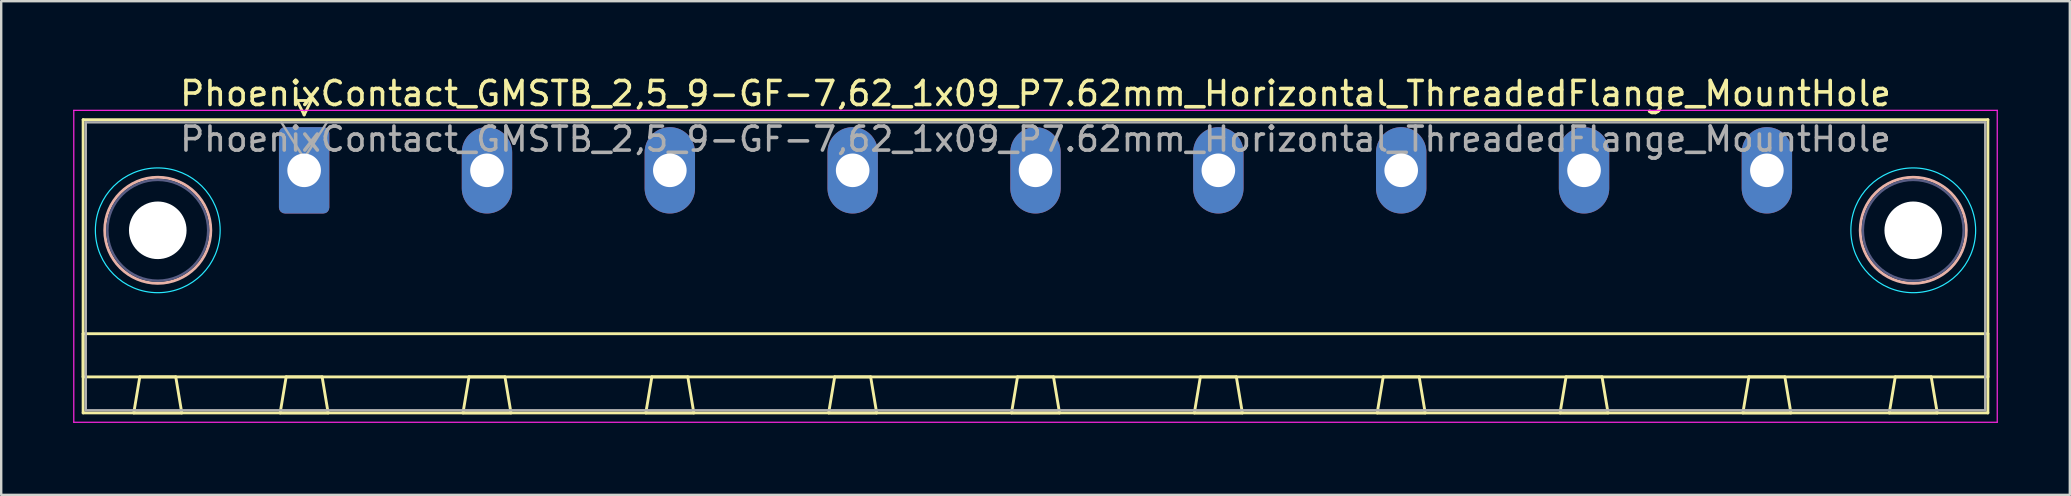
<source format=kicad_pcb>
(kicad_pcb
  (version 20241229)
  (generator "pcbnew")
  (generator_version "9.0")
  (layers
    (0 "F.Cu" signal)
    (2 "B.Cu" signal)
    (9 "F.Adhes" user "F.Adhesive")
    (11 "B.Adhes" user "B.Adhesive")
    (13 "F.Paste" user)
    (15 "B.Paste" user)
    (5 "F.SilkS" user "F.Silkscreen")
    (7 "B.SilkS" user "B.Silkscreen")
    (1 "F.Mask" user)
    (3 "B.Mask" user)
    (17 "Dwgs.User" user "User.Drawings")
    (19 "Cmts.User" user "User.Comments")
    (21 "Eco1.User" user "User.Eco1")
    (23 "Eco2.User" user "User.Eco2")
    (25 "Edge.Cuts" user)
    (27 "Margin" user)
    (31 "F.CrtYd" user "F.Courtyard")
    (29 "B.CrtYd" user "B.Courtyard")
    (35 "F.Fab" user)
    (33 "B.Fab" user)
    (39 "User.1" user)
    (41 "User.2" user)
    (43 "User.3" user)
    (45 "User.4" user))
  (footprint "PhoenixContact_GMSTB_2,5_9-GF-7,62_1x09_P7.62mm_Horizontal_ThreadedFlange_MountHole"
    (layer "F.Cu")
    (at 9.625 4.048)
    (property "Reference" "PhoenixContact_GMSTB_2,5_9-GF-7,62_1x09_P7.62mm_Horizontal_ThreadedFlange_MountHole" (at 30.48 -3.2 0) (layer "F.SilkS") (effects (font (size 1 1) (thickness 0.15))))
    (attr through_hole)
    (fp_line (start -9.21 -2.11) (end -9.21 10.11) (stroke (width 0.12) (type solid)) (layer "F.SilkS"))
    (fp_line (start -9.21 6.81) (end 70.17 6.81) (stroke (width 0.12) (type solid)) (layer "F.SilkS"))
    (fp_line (start -9.21 8.61) (end -9.21 6.81) (stroke (width 0.12) (type solid)) (layer "F.SilkS"))
    (fp_line (start -9.21 10.11) (end 70.17 10.11) (stroke (width 0.12) (type solid)) (layer "F.SilkS"))
    (fp_line (start -7.1 10.11) (end -5.1 10.11) (stroke (width 0.12) (type solid)) (layer "F.SilkS"))
    (fp_line (start -6.85 8.61) (end -7.1 10.11) (stroke (width 0.12) (type solid)) (layer "F.SilkS"))
    (fp_line (start -5.35 8.61) (end -6.85 8.61) (stroke (width 0.12) (type solid)) (layer "F.SilkS"))
    (fp_line (start -5.1 10.11) (end -5.35 8.61) (stroke (width 0.12) (type solid)) (layer "F.SilkS"))
    (fp_line (start -1 10.11) (end 1 10.11) (stroke (width 0.12) (type solid)) (layer "F.SilkS"))
    (fp_line (start -0.75 8.61) (end -1 10.11) (stroke (width 0.12) (type solid)) (layer "F.SilkS"))
    (fp_line (start -0.3 -2.91) (end 0.3 -2.91) (stroke (width 0.12) (type solid)) (layer "F.SilkS"))
    (fp_line (start 0 -2.31) (end -0.3 -2.91) (stroke (width 0.12) (type solid)) (layer "F.SilkS"))
    (fp_line (start 0.3 -2.91) (end 0 -2.31) (stroke (width 0.12) (type solid)) (layer "F.SilkS"))
    (fp_line (start 0.75 8.61) (end -0.75 8.61) (stroke (width 0.12) (type solid)) (layer "F.SilkS"))
    (fp_line (start 1 10.11) (end 0.75 8.61) (stroke (width 0.12) (type solid)) (layer "F.SilkS"))
    (fp_line (start 6.62 10.11) (end 8.62 10.11) (stroke (width 0.12) (type solid)) (layer "F.SilkS"))
    (fp_line (start 6.87 8.61) (end 6.62 10.11) (stroke (width 0.12) (type solid)) (layer "F.SilkS"))
    (fp_line (start 8.37 8.61) (end 6.87 8.61) (stroke (width 0.12) (type solid)) (layer "F.SilkS"))
    (fp_line (start 8.62 10.11) (end 8.37 8.61) (stroke (width 0.12) (type solid)) (layer "F.SilkS"))
    (fp_line (start 14.24 10.11) (end 16.24 10.11) (stroke (width 0.12) (type solid)) (layer "F.SilkS"))
    (fp_line (start 14.49 8.61) (end 14.24 10.11) (stroke (width 0.12) (type solid)) (layer "F.SilkS"))
    (fp_line (start 15.99 8.61) (end 14.49 8.61) (stroke (width 0.12) (type solid)) (layer "F.SilkS"))
    (fp_line (start 16.24 10.11) (end 15.99 8.61) (stroke (width 0.12) (type solid)) (layer "F.SilkS"))
    (fp_line (start 21.86 10.11) (end 23.86 10.11) (stroke (width 0.12) (type solid)) (layer "F.SilkS"))
    (fp_line (start 22.11 8.61) (end 21.86 10.11) (stroke (width 0.12) (type solid)) (layer "F.SilkS"))
    (fp_line (start 23.61 8.61) (end 22.11 8.61) (stroke (width 0.12) (type solid)) (layer "F.SilkS"))
    (fp_line (start 23.86 10.11) (end 23.61 8.61) (stroke (width 0.12) (type solid)) (layer "F.SilkS"))
    (fp_line (start 29.48 10.11) (end 31.48 10.11) (stroke (width 0.12) (type solid)) (layer "F.SilkS"))
    (fp_line (start 29.73 8.61) (end 29.48 10.11) (stroke (width 0.12) (type solid)) (layer "F.SilkS"))
    (fp_line (start 31.23 8.61) (end 29.73 8.61) (stroke (width 0.12) (type solid)) (layer "F.SilkS"))
    (fp_line (start 31.48 10.11) (end 31.23 8.61) (stroke (width 0.12) (type solid)) (layer "F.SilkS"))
    (fp_line (start 37.1 10.11) (end 39.1 10.11) (stroke (width 0.12) (type solid)) (layer "F.SilkS"))
    (fp_line (start 37.35 8.61) (end 37.1 10.11) (stroke (width 0.12) (type solid)) (layer "F.SilkS"))
    (fp_line (start 38.85 8.61) (end 37.35 8.61) (stroke (width 0.12) (type solid)) (layer "F.SilkS"))
    (fp_line (start 39.1 10.11) (end 38.85 8.61) (stroke (width 0.12) (type solid)) (layer "F.SilkS"))
    (fp_line (start 44.72 10.11) (end 46.72 10.11) (stroke (width 0.12) (type solid)) (layer "F.SilkS"))
    (fp_line (start 44.97 8.61) (end 44.72 10.11) (stroke (width 0.12) (type solid)) (layer "F.SilkS"))
    (fp_line (start 46.47 8.61) (end 44.97 8.61) (stroke (width 0.12) (type solid)) (layer "F.SilkS"))
    (fp_line (start 46.72 10.11) (end 46.47 8.61) (stroke (width 0.12) (type solid)) (layer "F.SilkS"))
    (fp_line (start 52.34 10.11) (end 54.34 10.11) (stroke (width 0.12) (type solid)) (layer "F.SilkS"))
    (fp_line (start 52.59 8.61) (end 52.34 10.11) (stroke (width 0.12) (type solid)) (layer "F.SilkS"))
    (fp_line (start 54.09 8.61) (end 52.59 8.61) (stroke (width 0.12) (type solid)) (layer "F.SilkS"))
    (fp_line (start 54.34 10.11) (end 54.09 8.61) (stroke (width 0.12) (type solid)) (layer "F.SilkS"))
    (fp_line (start 59.96 10.11) (end 61.96 10.11) (stroke (width 0.12) (type solid)) (layer "F.SilkS"))
    (fp_line (start 60.21 8.61) (end 59.96 10.11) (stroke (width 0.12) (type solid)) (layer "F.SilkS"))
    (fp_line (start 61.71 8.61) (end 60.21 8.61) (stroke (width 0.12) (type solid)) (layer "F.SilkS"))
    (fp_line (start 61.96 10.11) (end 61.71 8.61) (stroke (width 0.12) (type solid)) (layer "F.SilkS"))
    (fp_line (start 66.06 10.11) (end 68.06 10.11) (stroke (width 0.12) (type solid)) (layer "F.SilkS"))
    (fp_line (start 66.31 8.61) (end 66.06 10.11) (stroke (width 0.12) (type solid)) (layer "F.SilkS"))
    (fp_line (start 67.81 8.61) (end 66.31 8.61) (stroke (width 0.12) (type solid)) (layer "F.SilkS"))
    (fp_line (start 68.06 10.11) (end 67.81 8.61) (stroke (width 0.12) (type solid)) (layer "F.SilkS"))
    (fp_line (start 70.17 -2.11) (end -9.21 -2.11) (stroke (width 0.12) (type solid)) (layer "F.SilkS"))
    (fp_line (start 70.17 6.81) (end 70.17 8.61) (stroke (width 0.12) (type solid)) (layer "F.SilkS"))
    (fp_line (start 70.17 8.61) (end -9.21 8.61) (stroke (width 0.12) (type solid)) (layer "F.SilkS"))
    (fp_line (start 70.17 10.11) (end 70.17 -2.11) (stroke (width 0.12) (type solid)) (layer "F.SilkS"))
    (fp_circle (center -6.1 2.5) (end -3.89 2.5) (stroke (width 0.12) (type solid)) (fill no) (layer "B.SilkS"))
    (fp_circle (center 67.06 2.5) (end 69.27 2.5) (stroke (width 0.12) (type solid)) (fill no) (layer "B.SilkS"))
    (fp_circle (center -6.1 2.5) (end -3.5 2.5) (stroke (width 0.05) (type solid)) (fill no) (layer "B.CrtYd"))
    (fp_circle (center 67.06 2.5) (end 69.66 2.5) (stroke (width 0.05) (type solid)) (fill no) (layer "B.CrtYd"))
    (fp_line (start -9.6 -2.5) (end -9.6 10.5) (stroke (width 0.05) (type solid)) (layer "F.CrtYd"))
    (fp_line (start -9.6 10.5) (end 70.56 10.5) (stroke (width 0.05) (type solid)) (layer "F.CrtYd"))
    (fp_line (start 70.56 -2.5) (end -9.6 -2.5) (stroke (width 0.05) (type solid)) (layer "F.CrtYd"))
    (fp_line (start 70.56 10.5) (end 70.56 -2.5) (stroke (width 0.05) (type solid)) (layer "F.CrtYd"))
    (fp_circle (center -6.1 2.5) (end -4 2.5) (stroke (width 0.1) (type solid)) (fill no) (layer "B.Fab"))
    (fp_circle (center 67.06 2.5) (end 69.16 2.5) (stroke (width 0.1) (type solid)) (fill no) (layer "B.Fab"))
    (fp_line (start -9.1 -2) (end -9.1 10) (stroke (width 0.1) (type solid)) (layer "F.Fab"))
    (fp_line (start -9.1 10) (end 70.06 10) (stroke (width 0.1) (type solid)) (layer "F.Fab"))
    (fp_line (start 0 -0.5) (end -0.95 -2) (stroke (width 0.1) (type solid)) (layer "F.Fab"))
    (fp_line (start 0.95 -2) (end 0 -0.5) (stroke (width 0.1) (type solid)) (layer "F.Fab"))
    (fp_line (start 70.06 -2) (end -9.1 -2) (stroke (width 0.1) (type solid)) (layer "F.Fab"))
    (fp_line (start 70.06 10) (end 70.06 -2) (stroke (width 0.1) (type solid)) (layer "F.Fab"))
    (fp_text user "${REFERENCE}" (at 30.48 -1.3 0) (layer "F.Fab") (effects (font (size 1 1) (thickness 0.15))))
    (pad "" np_thru_hole circle (at -6.1 2.5) (size 2.4 2.4) (drill 2.4) (layers "*.Cu" "*.Mask"))
    (pad "" np_thru_hole circle (at 67.06 2.5) (size 2.4 2.4) (drill 2.4) (layers "*.Cu" "*.Mask"))
    (pad "1" thru_hole roundrect (at 0 0) (size 2.1 3.6) (drill 1.4) (layers "*.Cu" "*.Mask") (roundrect_rratio 0.119))
    (pad "2" thru_hole oval (at 7.62 0) (size 2.1 3.6) (drill 1.4) (layers "*.Cu" "*.Mask"))
    (pad "3" thru_hole oval (at 15.24 0) (size 2.1 3.6) (drill 1.4) (layers "*.Cu" "*.Mask"))
    (pad "4" thru_hole oval (at 22.86 0) (size 2.1 3.6) (drill 1.4) (layers "*.Cu" "*.Mask"))
    (pad "5" thru_hole oval (at 30.48 0) (size 2.1 3.6) (drill 1.4) (layers "*.Cu" "*.Mask"))
    (pad "6" thru_hole oval (at 38.1 0) (size 2.1 3.6) (drill 1.4) (layers "*.Cu" "*.Mask"))
    (pad "7" thru_hole oval (at 45.72 0) (size 2.1 3.6) (drill 1.4) (layers "*.Cu" "*.Mask"))
    (pad "8" thru_hole oval (at 53.34 0) (size 2.1 3.6) (drill 1.4) (layers "*.Cu" "*.Mask"))
    (pad "9" thru_hole oval (at 60.96 0) (size 2.1 3.6) (drill 1.4) (layers "*.Cu" "*.Mask")))
  (gr_rect
    (start -3 -3)
    (end 83.21 17.573)
    (stroke (width 0.1) (type default))
    (fill no)
    (layer "Edge.Cuts")))
</source>
